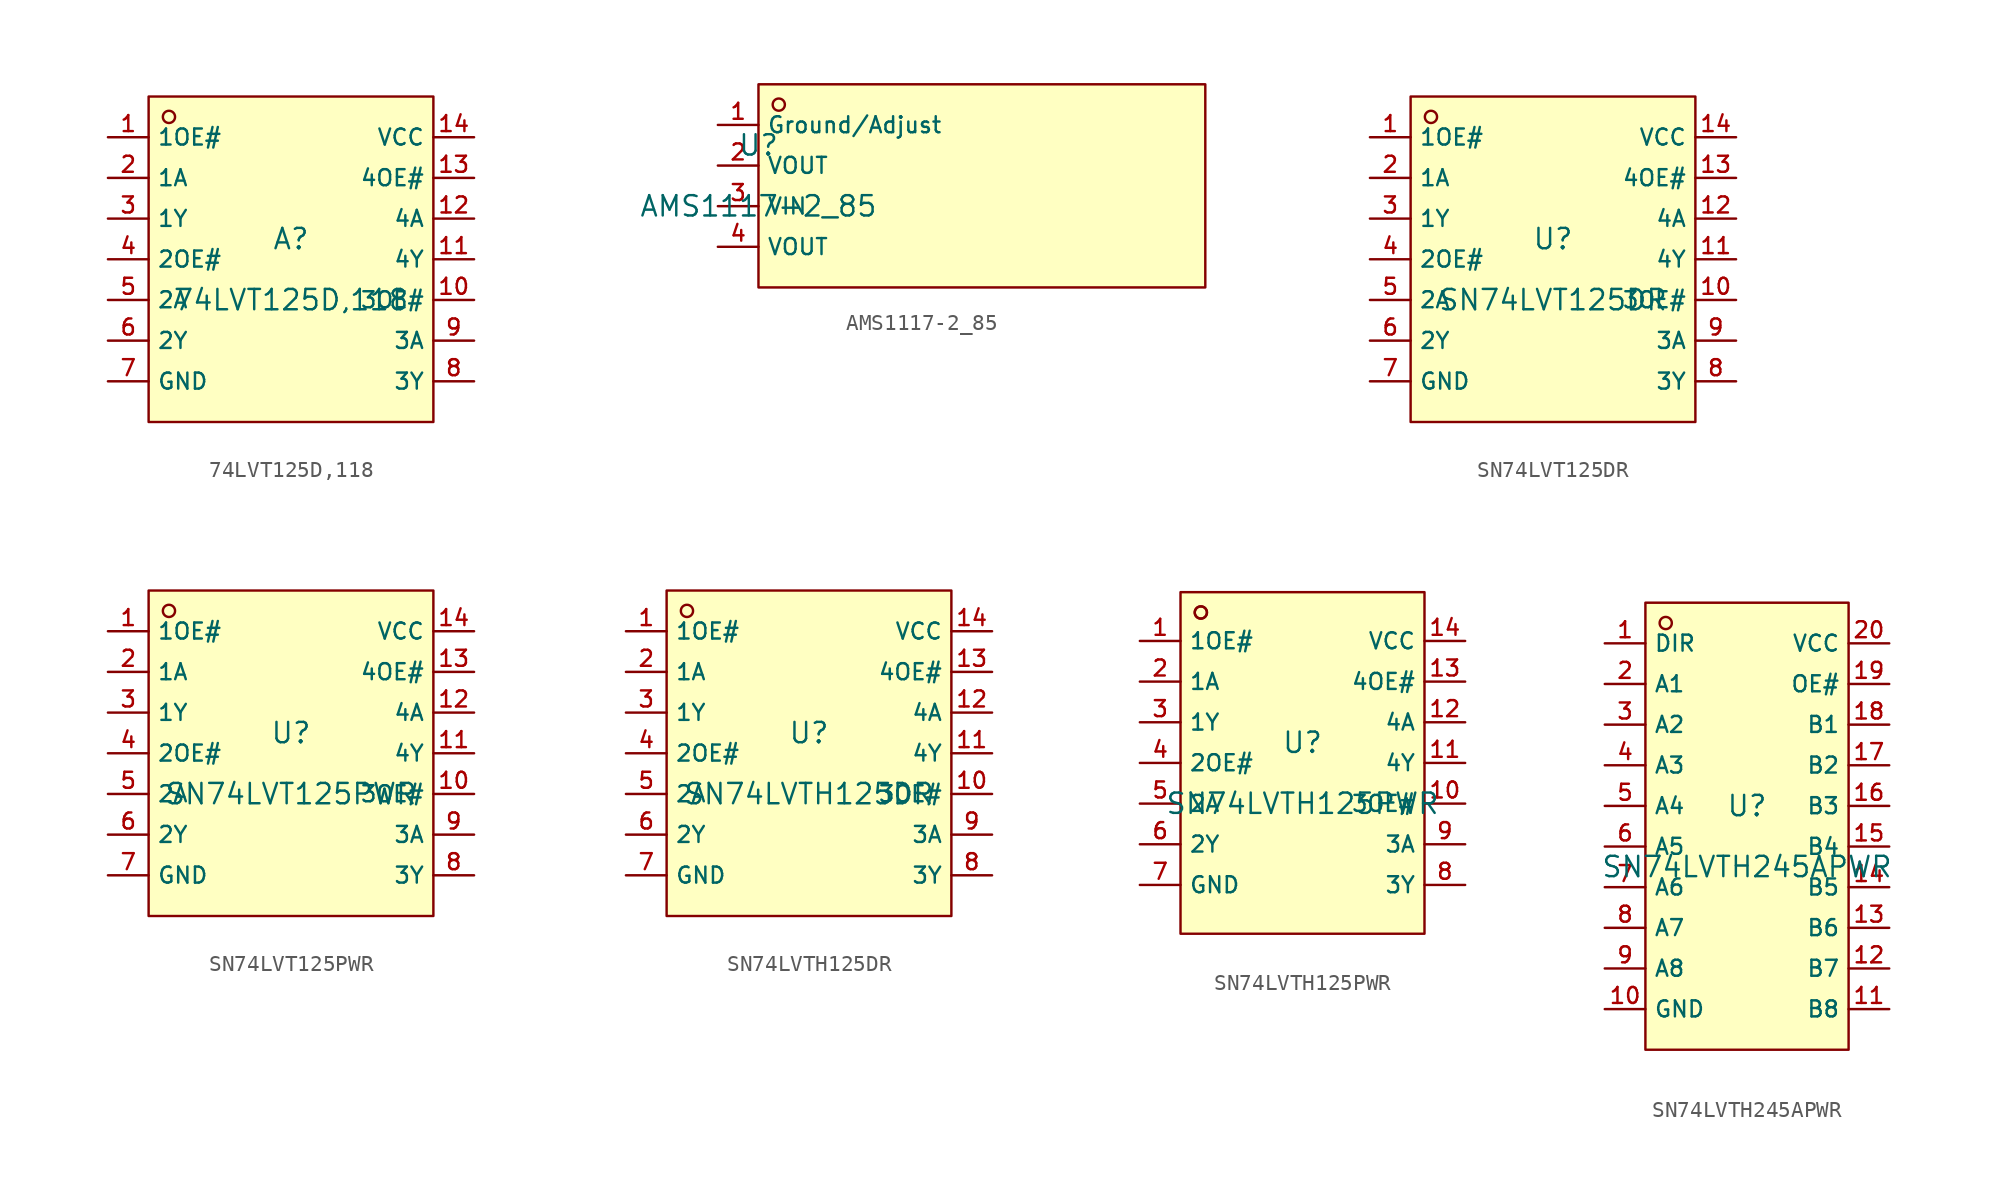
<source format=kicad_sym>
(kicad_symbol_lib
  (version 20210201)
  (generator TousstNicolas/JLC2KiCad_lib)
  (symbol "74LVT125D,118"
    (property "Reference" "A"
      (at 0 1.27 0)
      (effects (font (size 1.27 1.27))))
    (property "Value" "74LVT125D,118"
      (at 0 -2.54 0)
      (effects (font (size 1.27 1.27))))
    (symbol "74LVT125D,118_0_1"
      (rectangle (start -8.89 10.16) (end 8.89 -10.16) (stroke (width 0) (type default) (color 0 0 0 0)) (fill (type background)))
      (circle (center -7.62 8.89) (radius 0.381) (stroke (width 0) (type default) (color 0 0 0 0)) (fill (type background)))
      (pin unspecified line (at -11.43 7.62 0) (length 2.54) (name "1OE#" (effects (font (size 1 1)))) (number "1" (effects (font (size 1 1)))))
      (pin unspecified line (at -11.43 5.08 0) (length 2.54) (name "1A" (effects (font (size 1 1)))) (number "2" (effects (font (size 1 1)))))
      (pin unspecified line (at -11.43 2.54 0) (length 2.54) (name "1Y" (effects (font (size 1 1)))) (number "3" (effects (font (size 1 1)))))
      (pin unspecified line (at -11.43 -0.0 0) (length 2.54) (name "2OE#" (effects (font (size 1 1)))) (number "4" (effects (font (size 1 1)))))
      (pin unspecified line (at -11.43 -2.54 0) (length 2.54) (name "2A" (effects (font (size 1 1)))) (number "5" (effects (font (size 1 1)))))
      (pin unspecified line (at -11.43 -5.08 0) (length 2.54) (name "2Y" (effects (font (size 1 1)))) (number "6" (effects (font (size 1 1)))))
      (pin unspecified line (at -11.43 -7.62 0) (length 2.54) (name "GND" (effects (font (size 1 1)))) (number "7" (effects (font (size 1 1)))))
      (pin unspecified line (at 11.43 -7.62 180) (length 2.54) (name "3Y" (effects (font (size 1 1)))) (number "8" (effects (font (size 1 1)))))
      (pin unspecified line (at 11.43 -5.08 180) (length 2.54) (name "3A" (effects (font (size 1 1)))) (number "9" (effects (font (size 1 1)))))
      (pin unspecified line (at 11.43 -2.54 180) (length 2.54) (name "3OE#" (effects (font (size 1 1)))) (number "10" (effects (font (size 1 1)))))
      (pin unspecified line (at 11.43 -0.0 180) (length 2.54) (name "4Y" (effects (font (size 1 1)))) (number "11" (effects (font (size 1 1)))))
      (pin unspecified line (at 11.43 2.54 180) (length 2.54) (name "4A" (effects (font (size 1 1)))) (number "12" (effects (font (size 1 1)))))
      (pin unspecified line (at 11.43 5.08 180) (length 2.54) (name "4OE#" (effects (font (size 1 1)))) (number "13" (effects (font (size 1 1)))))
      (pin unspecified line (at 11.43 7.62 180) (length 2.54) (name "VCC" (effects (font (size 1 1)))) (number "14" (effects (font (size 1 1)))))))
  (symbol "AMS1117-2_85"
    (property "Reference" "U"
      (at 0 1.27 0)
      (effects (font (size 1.27 1.27))))
    (property "Value" "AMS1117-2_85"
      (at 0 -2.54 0)
      (effects (font (size 1.27 1.27))))
    (symbol "AMS1117-2_85_0_1"
      (rectangle (start 0.0 5.08) (end 27.94 -7.62) (stroke (width 0) (type default) (color 0 0 0 0)) (fill (type background)))
      (circle (center 1.27 3.81) (radius 0.381) (stroke (width 0) (type default) (color 0 0 0 0)) (fill (type background)))
      (pin unspecified line (at -2.54 2.54 0) (length 2.54) (name "Ground/Adjust" (effects (font (size 1 1)))) (number "1" (effects (font (size 1 1)))))
      (pin unspecified line (at -2.54 -0.0 0) (length 2.54) (name "VOUT" (effects (font (size 1 1)))) (number "2" (effects (font (size 1 1)))))
      (pin unspecified line (at -2.54 -2.54 0) (length 2.54) (name "VIN" (effects (font (size 1 1)))) (number "3" (effects (font (size 1 1)))))
      (pin unspecified line (at -2.54 -5.08 0) (length 2.54) (name "VOUT" (effects (font (size 1 1)))) (number "4" (effects (font (size 1 1)))))))
  (symbol "SN74LVT125DR"
    (property "Reference" "U"
      (at 0 1.27 0)
      (effects (font (size 1.27 1.27))))
    (property "Value" "SN74LVT125DR"
      (at 0 -2.54 0)
      (effects (font (size 1.27 1.27))))
    (symbol "SN74LVT125DR_0_1"
      (rectangle (start -8.89 10.16) (end 8.89 -10.16) (stroke (width 0) (type default) (color 0 0 0 0)) (fill (type background)))
      (circle (center -7.62 8.89) (radius 0.381) (stroke (width 0) (type default) (color 0 0 0 0)) (fill (type background)))
      (pin unspecified line (at -11.43 7.62 0) (length 2.54) (name "1OE#" (effects (font (size 1 1)))) (number "1" (effects (font (size 1 1)))))
      (pin unspecified line (at -11.43 5.08 0) (length 2.54) (name "1A" (effects (font (size 1 1)))) (number "2" (effects (font (size 1 1)))))
      (pin unspecified line (at -11.43 2.54 0) (length 2.54) (name "1Y" (effects (font (size 1 1)))) (number "3" (effects (font (size 1 1)))))
      (pin unspecified line (at -11.43 -0.0 0) (length 2.54) (name "2OE#" (effects (font (size 1 1)))) (number "4" (effects (font (size 1 1)))))
      (pin unspecified line (at -11.43 -2.54 0) (length 2.54) (name "2A" (effects (font (size 1 1)))) (number "5" (effects (font (size 1 1)))))
      (pin unspecified line (at -11.43 -5.08 0) (length 2.54) (name "2Y" (effects (font (size 1 1)))) (number "6" (effects (font (size 1 1)))))
      (pin unspecified line (at -11.43 -7.62 0) (length 2.54) (name "GND" (effects (font (size 1 1)))) (number "7" (effects (font (size 1 1)))))
      (pin unspecified line (at 11.43 -7.62 180) (length 2.54) (name "3Y" (effects (font (size 1 1)))) (number "8" (effects (font (size 1 1)))))
      (pin unspecified line (at 11.43 -5.08 180) (length 2.54) (name "3A" (effects (font (size 1 1)))) (number "9" (effects (font (size 1 1)))))
      (pin unspecified line (at 11.43 -2.54 180) (length 2.54) (name "3OE#" (effects (font (size 1 1)))) (number "10" (effects (font (size 1 1)))))
      (pin unspecified line (at 11.43 -0.0 180) (length 2.54) (name "4Y" (effects (font (size 1 1)))) (number "11" (effects (font (size 1 1)))))
      (pin unspecified line (at 11.43 2.54 180) (length 2.54) (name "4A" (effects (font (size 1 1)))) (number "12" (effects (font (size 1 1)))))
      (pin unspecified line (at 11.43 5.08 180) (length 2.54) (name "4OE#" (effects (font (size 1 1)))) (number "13" (effects (font (size 1 1)))))
      (pin unspecified line (at 11.43 7.62 180) (length 2.54) (name "VCC" (effects (font (size 1 1)))) (number "14" (effects (font (size 1 1)))))))
  (symbol "SN74LVT125PWR"
    (property "Reference" "U"
      (at 0 1.27 0)
      (effects (font (size 1.27 1.27))))
    (property "Value" "SN74LVT125PWR"
      (at 0 -2.54 0)
      (effects (font (size 1.27 1.27))))
    (symbol "SN74LVT125PWR_0_1"
      (rectangle (start -8.89 10.16) (end 8.89 -10.16) (stroke (width 0) (type default) (color 0 0 0 0)) (fill (type background)))
      (circle (center -7.62 8.89) (radius 0.381) (stroke (width 0) (type default) (color 0 0 0 0)) (fill (type background)))
      (pin unspecified line (at -11.43 7.62 0) (length 2.54) (name "1OE#" (effects (font (size 1 1)))) (number "1" (effects (font (size 1 1)))))
      (pin unspecified line (at -11.43 5.08 0) (length 2.54) (name "1A" (effects (font (size 1 1)))) (number "2" (effects (font (size 1 1)))))
      (pin unspecified line (at -11.43 2.54 0) (length 2.54) (name "1Y" (effects (font (size 1 1)))) (number "3" (effects (font (size 1 1)))))
      (pin unspecified line (at -11.43 -0.0 0) (length 2.54) (name "2OE#" (effects (font (size 1 1)))) (number "4" (effects (font (size 1 1)))))
      (pin unspecified line (at -11.43 -2.54 0) (length 2.54) (name "2A" (effects (font (size 1 1)))) (number "5" (effects (font (size 1 1)))))
      (pin unspecified line (at -11.43 -5.08 0) (length 2.54) (name "2Y" (effects (font (size 1 1)))) (number "6" (effects (font (size 1 1)))))
      (pin unspecified line (at -11.43 -7.62 0) (length 2.54) (name "GND" (effects (font (size 1 1)))) (number "7" (effects (font (size 1 1)))))
      (pin unspecified line (at 11.43 -7.62 180) (length 2.54) (name "3Y" (effects (font (size 1 1)))) (number "8" (effects (font (size 1 1)))))
      (pin unspecified line (at 11.43 -5.08 180) (length 2.54) (name "3A" (effects (font (size 1 1)))) (number "9" (effects (font (size 1 1)))))
      (pin unspecified line (at 11.43 -2.54 180) (length 2.54) (name "3OE#" (effects (font (size 1 1)))) (number "10" (effects (font (size 1 1)))))
      (pin unspecified line (at 11.43 -0.0 180) (length 2.54) (name "4Y" (effects (font (size 1 1)))) (number "11" (effects (font (size 1 1)))))
      (pin unspecified line (at 11.43 2.54 180) (length 2.54) (name "4A" (effects (font (size 1 1)))) (number "12" (effects (font (size 1 1)))))
      (pin unspecified line (at 11.43 5.08 180) (length 2.54) (name "4OE#" (effects (font (size 1 1)))) (number "13" (effects (font (size 1 1)))))
      (pin unspecified line (at 11.43 7.62 180) (length 2.54) (name "VCC" (effects (font (size 1 1)))) (number "14" (effects (font (size 1 1)))))))
  (symbol "SN74LVTH125DR"
    (property "Reference" "U"
      (at 0 1.27 0)
      (effects (font (size 1.27 1.27))))
    (property "Value" "SN74LVTH125DR"
      (at 0 -2.54 0)
      (effects (font (size 1.27 1.27))))
    (symbol "SN74LVTH125DR_0_1"
      (rectangle (start -8.89 10.16) (end 8.89 -10.16) (stroke (width 0) (type default) (color 0 0 0 0)) (fill (type background)))
      (circle (center -7.62 8.89) (radius 0.381) (stroke (width 0) (type default) (color 0 0 0 0)) (fill (type background)))
      (pin unspecified line (at -11.43 7.62 0) (length 2.54) (name "1OE#" (effects (font (size 1 1)))) (number "1" (effects (font (size 1 1)))))
      (pin unspecified line (at -11.43 5.08 0) (length 2.54) (name "1A" (effects (font (size 1 1)))) (number "2" (effects (font (size 1 1)))))
      (pin unspecified line (at -11.43 2.54 0) (length 2.54) (name "1Y" (effects (font (size 1 1)))) (number "3" (effects (font (size 1 1)))))
      (pin unspecified line (at -11.43 -0.0 0) (length 2.54) (name "2OE#" (effects (font (size 1 1)))) (number "4" (effects (font (size 1 1)))))
      (pin unspecified line (at -11.43 -2.54 0) (length 2.54) (name "2A" (effects (font (size 1 1)))) (number "5" (effects (font (size 1 1)))))
      (pin unspecified line (at -11.43 -5.08 0) (length 2.54) (name "2Y" (effects (font (size 1 1)))) (number "6" (effects (font (size 1 1)))))
      (pin unspecified line (at -11.43 -7.62 0) (length 2.54) (name "GND" (effects (font (size 1 1)))) (number "7" (effects (font (size 1 1)))))
      (pin unspecified line (at 11.43 -7.62 180) (length 2.54) (name "3Y" (effects (font (size 1 1)))) (number "8" (effects (font (size 1 1)))))
      (pin unspecified line (at 11.43 -5.08 180) (length 2.54) (name "3A" (effects (font (size 1 1)))) (number "9" (effects (font (size 1 1)))))
      (pin unspecified line (at 11.43 -2.54 180) (length 2.54) (name "3OE#" (effects (font (size 1 1)))) (number "10" (effects (font (size 1 1)))))
      (pin unspecified line (at 11.43 -0.0 180) (length 2.54) (name "4Y" (effects (font (size 1 1)))) (number "11" (effects (font (size 1 1)))))
      (pin unspecified line (at 11.43 2.54 180) (length 2.54) (name "4A" (effects (font (size 1 1)))) (number "12" (effects (font (size 1 1)))))
      (pin unspecified line (at 11.43 5.08 180) (length 2.54) (name "4OE#" (effects (font (size 1 1)))) (number "13" (effects (font (size 1 1)))))
      (pin unspecified line (at 11.43 7.62 180) (length 2.54) (name "VCC" (effects (font (size 1 1)))) (number "14" (effects (font (size 1 1)))))))
  (symbol "SN74LVTH125PWR"
    (property "Reference" "U"
      (at 0 1.27 0)
      (effects (font (size 1.27 1.27))))
    (property "Value" "SN74LVTH125PWR"
      (at 0 -2.54 0)
      (effects (font (size 1.27 1.27))))
    (symbol "SN74LVTH125PWR_0_1"
      (circle (center -6.35 9.398) (radius 0.381) (stroke (width 0) (type default) (color 0 0 0 0)) (fill (type background)))
      (rectangle (start -7.62 10.668) (end 7.62 -10.668) (stroke (width 0) (type default) (color 0 0 0 0)) (fill (type background)))
      (circle (center -6.35 9.398) (radius 0.381) (stroke (width 0) (type default) (color 0 0 0 0)) (fill (type background)))
      (pin unspecified line (at -10.16 7.62 0) (length 2.54) (name "1OE#" (effects (font (size 1 1)))) (number "1" (effects (font (size 1 1)))))
      (pin unspecified line (at -10.16 5.08 0) (length 2.54) (name "1A" (effects (font (size 1 1)))) (number "2" (effects (font (size 1 1)))))
      (pin unspecified line (at -10.16 2.54 0) (length 2.54) (name "1Y" (effects (font (size 1 1)))) (number "3" (effects (font (size 1 1)))))
      (pin unspecified line (at -10.16 -0.0 0) (length 2.54) (name "2OE#" (effects (font (size 1 1)))) (number "4" (effects (font (size 1 1)))))
      (pin unspecified line (at -10.16 -2.54 0) (length 2.54) (name "2A" (effects (font (size 1 1)))) (number "5" (effects (font (size 1 1)))))
      (pin unspecified line (at -10.16 -5.08 0) (length 2.54) (name "2Y" (effects (font (size 1 1)))) (number "6" (effects (font (size 1 1)))))
      (pin unspecified line (at -10.16 -7.62 0) (length 2.54) (name "GND" (effects (font (size 1 1)))) (number "7" (effects (font (size 1 1)))))
      (pin unspecified line (at 10.16 -7.62 180) (length 2.54) (name "3Y" (effects (font (size 1 1)))) (number "8" (effects (font (size 1 1)))))
      (pin unspecified line (at 10.16 -5.08 180) (length 2.54) (name "3A" (effects (font (size 1 1)))) (number "9" (effects (font (size 1 1)))))
      (pin unspecified line (at 10.16 -2.54 180) (length 2.54) (name "3OE#" (effects (font (size 1 1)))) (number "10" (effects (font (size 1 1)))))
      (pin unspecified line (at 10.16 -0.0 180) (length 2.54) (name "4Y" (effects (font (size 1 1)))) (number "11" (effects (font (size 1 1)))))
      (pin unspecified line (at 10.16 2.54 180) (length 2.54) (name "4A" (effects (font (size 1 1)))) (number "12" (effects (font (size 1 1)))))
      (pin unspecified line (at 10.16 5.08 180) (length 2.54) (name "4OE#" (effects (font (size 1 1)))) (number "13" (effects (font (size 1 1)))))
      (pin unspecified line (at 10.16 7.62 180) (length 2.54) (name "VCC" (effects (font (size 1 1)))) (number "14" (effects (font (size 1 1)))))))
  (symbol "SN74LVTH245APWR"
    (property "Reference" "U"
      (at 0 1.27 0)
      (effects (font (size 1.27 1.27))))
    (property "Value" "SN74LVTH245APWR"
      (at 0 -2.54 0)
      (effects (font (size 1.27 1.27))))
    (symbol "SN74LVTH245APWR_0_1"
      (rectangle (start -6.35 13.97) (end 6.35 -13.97) (stroke (width 0) (type default) (color 0 0 0 0)) (fill (type background)))
      (circle (center -5.08 12.7) (radius 0.381) (stroke (width 0) (type default) (color 0 0 0 0)) (fill (type background)))
      (pin unspecified line (at -8.89 11.43 0) (length 2.54) (name "DIR" (effects (font (size 1 1)))) (number "1" (effects (font (size 1 1)))))
      (pin unspecified line (at -8.89 8.89 0) (length 2.54) (name "A1" (effects (font (size 1 1)))) (number "2" (effects (font (size 1 1)))))
      (pin unspecified line (at -8.89 6.35 0) (length 2.54) (name "A2" (effects (font (size 1 1)))) (number "3" (effects (font (size 1 1)))))
      (pin unspecified line (at -8.89 3.81 0) (length 2.54) (name "A3" (effects (font (size 1 1)))) (number "4" (effects (font (size 1 1)))))
      (pin unspecified line (at -8.89 1.27 0) (length 2.54) (name "A4" (effects (font (size 1 1)))) (number "5" (effects (font (size 1 1)))))
      (pin unspecified line (at -8.89 -1.27 0) (length 2.54) (name "A5" (effects (font (size 1 1)))) (number "6" (effects (font (size 1 1)))))
      (pin unspecified line (at -8.89 -3.81 0) (length 2.54) (name "A6" (effects (font (size 1 1)))) (number "7" (effects (font (size 1 1)))))
      (pin unspecified line (at -8.89 -6.35 0) (length 2.54) (name "A7" (effects (font (size 1 1)))) (number "8" (effects (font (size 1 1)))))
      (pin unspecified line (at -8.89 -8.89 0) (length 2.54) (name "A8" (effects (font (size 1 1)))) (number "9" (effects (font (size 1 1)))))
      (pin unspecified line (at -8.89 -11.43 0) (length 2.54) (name "GND" (effects (font (size 1 1)))) (number "10" (effects (font (size 1 1)))))
      (pin unspecified line (at 8.89 -11.43 180) (length 2.54) (name "B8" (effects (font (size 1 1)))) (number "11" (effects (font (size 1 1)))))
      (pin unspecified line (at 8.89 -8.89 180) (length 2.54) (name "B7" (effects (font (size 1 1)))) (number "12" (effects (font (size 1 1)))))
      (pin unspecified line (at 8.89 -6.35 180) (length 2.54) (name "B6" (effects (font (size 1 1)))) (number "13" (effects (font (size 1 1)))))
      (pin unspecified line (at 8.89 -3.81 180) (length 2.54) (name "B5" (effects (font (size 1 1)))) (number "14" (effects (font (size 1 1)))))
      (pin unspecified line (at 8.89 -1.27 180) (length 2.54) (name "B4" (effects (font (size 1 1)))) (number "15" (effects (font (size 1 1)))))
      (pin unspecified line (at 8.89 1.27 180) (length 2.54) (name "B3" (effects (font (size 1 1)))) (number "16" (effects (font (size 1 1)))))
      (pin unspecified line (at 8.89 3.81 180) (length 2.54) (name "B2" (effects (font (size 1 1)))) (number "17" (effects (font (size 1 1)))))
      (pin unspecified line (at 8.89 6.35 180) (length 2.54) (name "B1" (effects (font (size 1 1)))) (number "18" (effects (font (size 1 1)))))
      (pin unspecified line (at 8.89 8.89 180) (length 2.54) (name "OE#" (effects (font (size 1 1)))) (number "19" (effects (font (size 1 1)))))
      (pin unspecified line (at 8.89 11.43 180) (length 2.54) (name "VCC" (effects (font (size 1 1)))) (number "20" (effects (font (size 1 1))))))))
</source>
